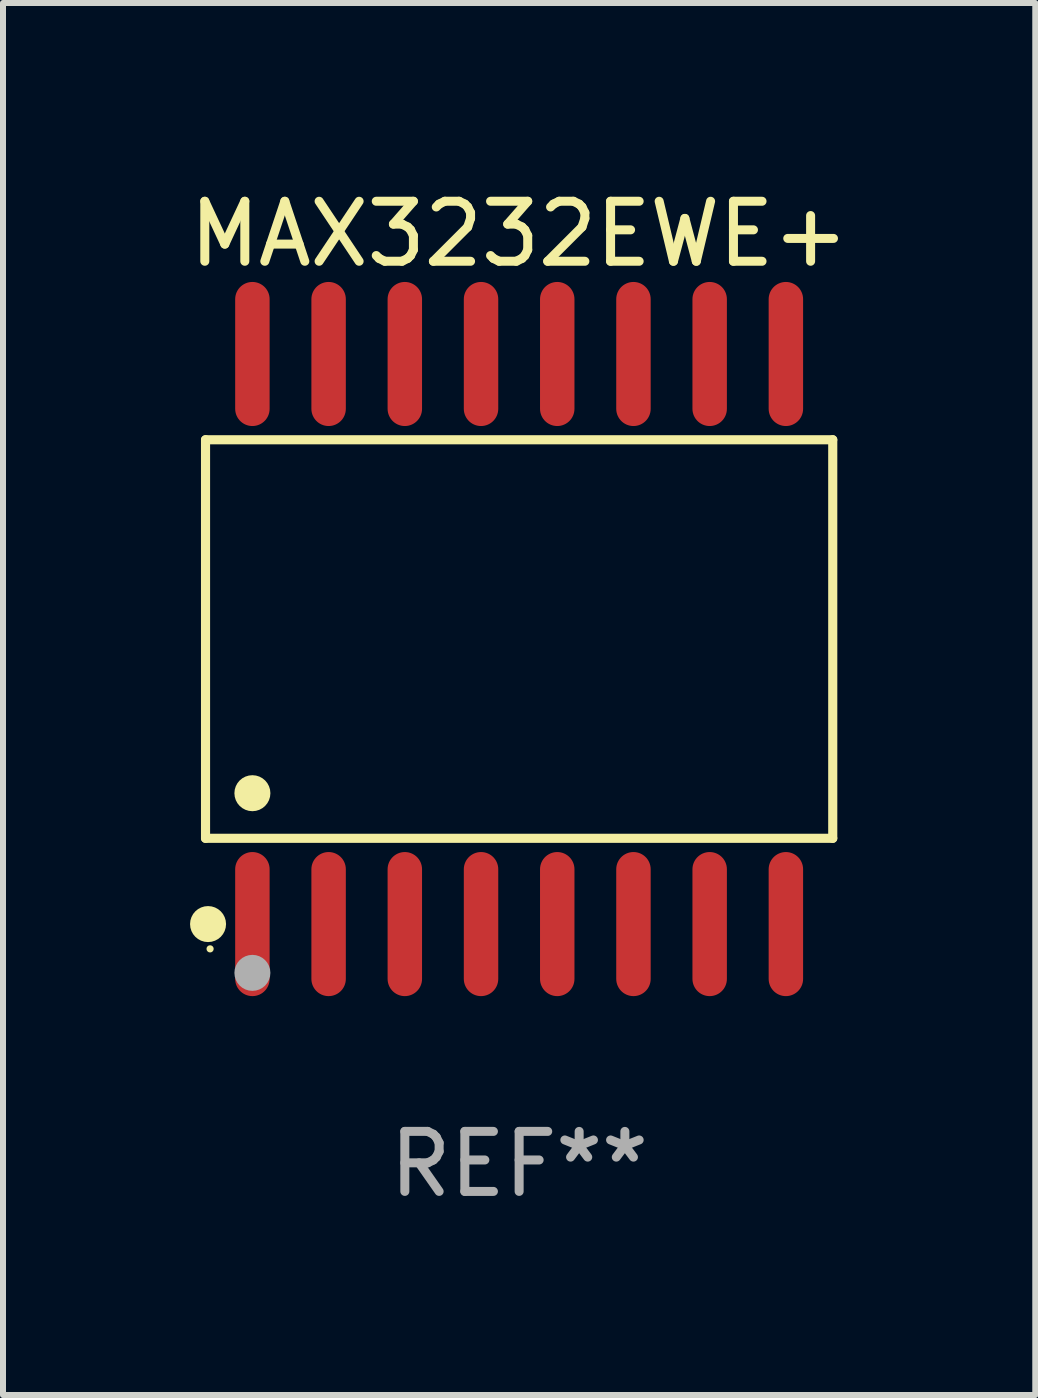
<source format=kicad_pcb>
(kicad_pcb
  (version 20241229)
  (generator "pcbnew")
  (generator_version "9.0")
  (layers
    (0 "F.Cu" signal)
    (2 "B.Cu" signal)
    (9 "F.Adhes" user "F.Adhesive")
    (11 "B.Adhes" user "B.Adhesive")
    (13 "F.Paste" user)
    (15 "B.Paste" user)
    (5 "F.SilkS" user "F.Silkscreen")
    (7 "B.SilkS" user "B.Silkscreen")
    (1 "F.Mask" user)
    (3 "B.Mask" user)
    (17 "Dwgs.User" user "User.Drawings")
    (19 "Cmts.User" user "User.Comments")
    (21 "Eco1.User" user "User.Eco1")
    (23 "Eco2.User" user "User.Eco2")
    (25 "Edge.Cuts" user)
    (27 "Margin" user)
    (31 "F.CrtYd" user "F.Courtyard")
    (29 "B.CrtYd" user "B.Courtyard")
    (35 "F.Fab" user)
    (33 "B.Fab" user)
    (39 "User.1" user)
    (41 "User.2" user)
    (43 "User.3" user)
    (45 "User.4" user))
  (footprint "MAX3232EWE+"
    (layer "F.Cu")
    (at 5.601 7.599)
    (property "Reference" "MAX3232EWE+" (at 0 -6.75 0) (layer "F.SilkS") (effects (font (size 1 1) (thickness 0.15))))
    (attr through_hole)
    (fp_line (start -5.226 -3.321) (end 5.226 -3.321) (stroke (width 0.152) (type solid)) (layer "F.SilkS"))
    (fp_line (start -5.226 3.321) (end -5.226 -3.321) (stroke (width 0.152) (type solid)) (layer "F.SilkS"))
    (fp_line (start 5.226 -3.321) (end 5.226 3.321) (stroke (width 0.152) (type solid)) (layer "F.SilkS"))
    (fp_line (start 5.226 3.321) (end -5.226 3.321) (stroke (width 0.152) (type solid)) (layer "F.SilkS"))
    (fp_circle (center -5.184 4.75) (end -5.034 4.75) (stroke (width 0.3) (type solid)) (fill no) (layer "F.SilkS"))
    (fp_circle (center -5.15 5.163) (end -5.12 5.163) (stroke (width 0.06) (type solid)) (fill no) (layer "F.SilkS"))
    (fp_circle (center -4.445 2.569) (end -4.295 2.569) (stroke (width 0.3) (type solid)) (fill no) (layer "F.SilkS"))
    (fp_circle (center -4.445 5.563) (end -4.295 5.563) (stroke (width 0.3) (type solid)) (fill no) (layer "F.Fab"))
    (fp_text user "REF**" (at 0 8.75 0) (layer "F.Fab") (effects (font (size 1 1) (thickness 0.15))))
    (pad "1" smd oval (at -4.445 4.75) (size 0.574 2.401) (layers "F.Cu" "F.Mask" "F.Paste"))
    (pad "2" smd oval (at -3.175 4.75) (size 0.574 2.401) (layers "F.Cu" "F.Mask" "F.Paste"))
    (pad "3" smd oval (at -1.905 4.75) (size 0.574 2.401) (layers "F.Cu" "F.Mask" "F.Paste"))
    (pad "4" smd oval (at -0.635 4.75) (size 0.574 2.401) (layers "F.Cu" "F.Mask" "F.Paste"))
    (pad "5" smd oval (at 0.635 4.75) (size 0.574 2.401) (layers "F.Cu" "F.Mask" "F.Paste"))
    (pad "6" smd oval (at 1.905 4.75) (size 0.574 2.401) (layers "F.Cu" "F.Mask" "F.Paste"))
    (pad "7" smd oval (at 3.175 4.75) (size 0.574 2.401) (layers "F.Cu" "F.Mask" "F.Paste"))
    (pad "8" smd oval (at 4.445 4.75) (size 0.574 2.401) (layers "F.Cu" "F.Mask" "F.Paste"))
    (pad "9" smd oval (at 4.445 -4.75) (size 0.574 2.401) (layers "F.Cu" "F.Mask" "F.Paste"))
    (pad "10" smd oval (at 3.175 -4.75) (size 0.574 2.401) (layers "F.Cu" "F.Mask" "F.Paste"))
    (pad "11" smd oval (at 1.905 -4.75) (size 0.574 2.401) (layers "F.Cu" "F.Mask" "F.Paste"))
    (pad "12" smd oval (at 0.635 -4.75) (size 0.574 2.401) (layers "F.Cu" "F.Mask" "F.Paste"))
    (pad "13" smd oval (at -0.635 -4.75) (size 0.574 2.401) (layers "F.Cu" "F.Mask" "F.Paste"))
    (pad "14" smd oval (at -1.905 -4.75) (size 0.574 2.401) (layers "F.Cu" "F.Mask" "F.Paste"))
    (pad "15" smd oval (at -3.175 -4.75) (size 0.574 2.401) (layers "F.Cu" "F.Mask" "F.Paste"))
    (pad "16" smd oval (at -4.445 -4.75) (size 0.574 2.401) (layers "F.Cu" "F.Mask" "F.Paste")))
  (gr_rect
    (start -3 -3)
    (end 14.202 20.197)
    (stroke (width 0.1) (type default))
    (fill no)
    (layer "Edge.Cuts")))
</source>
